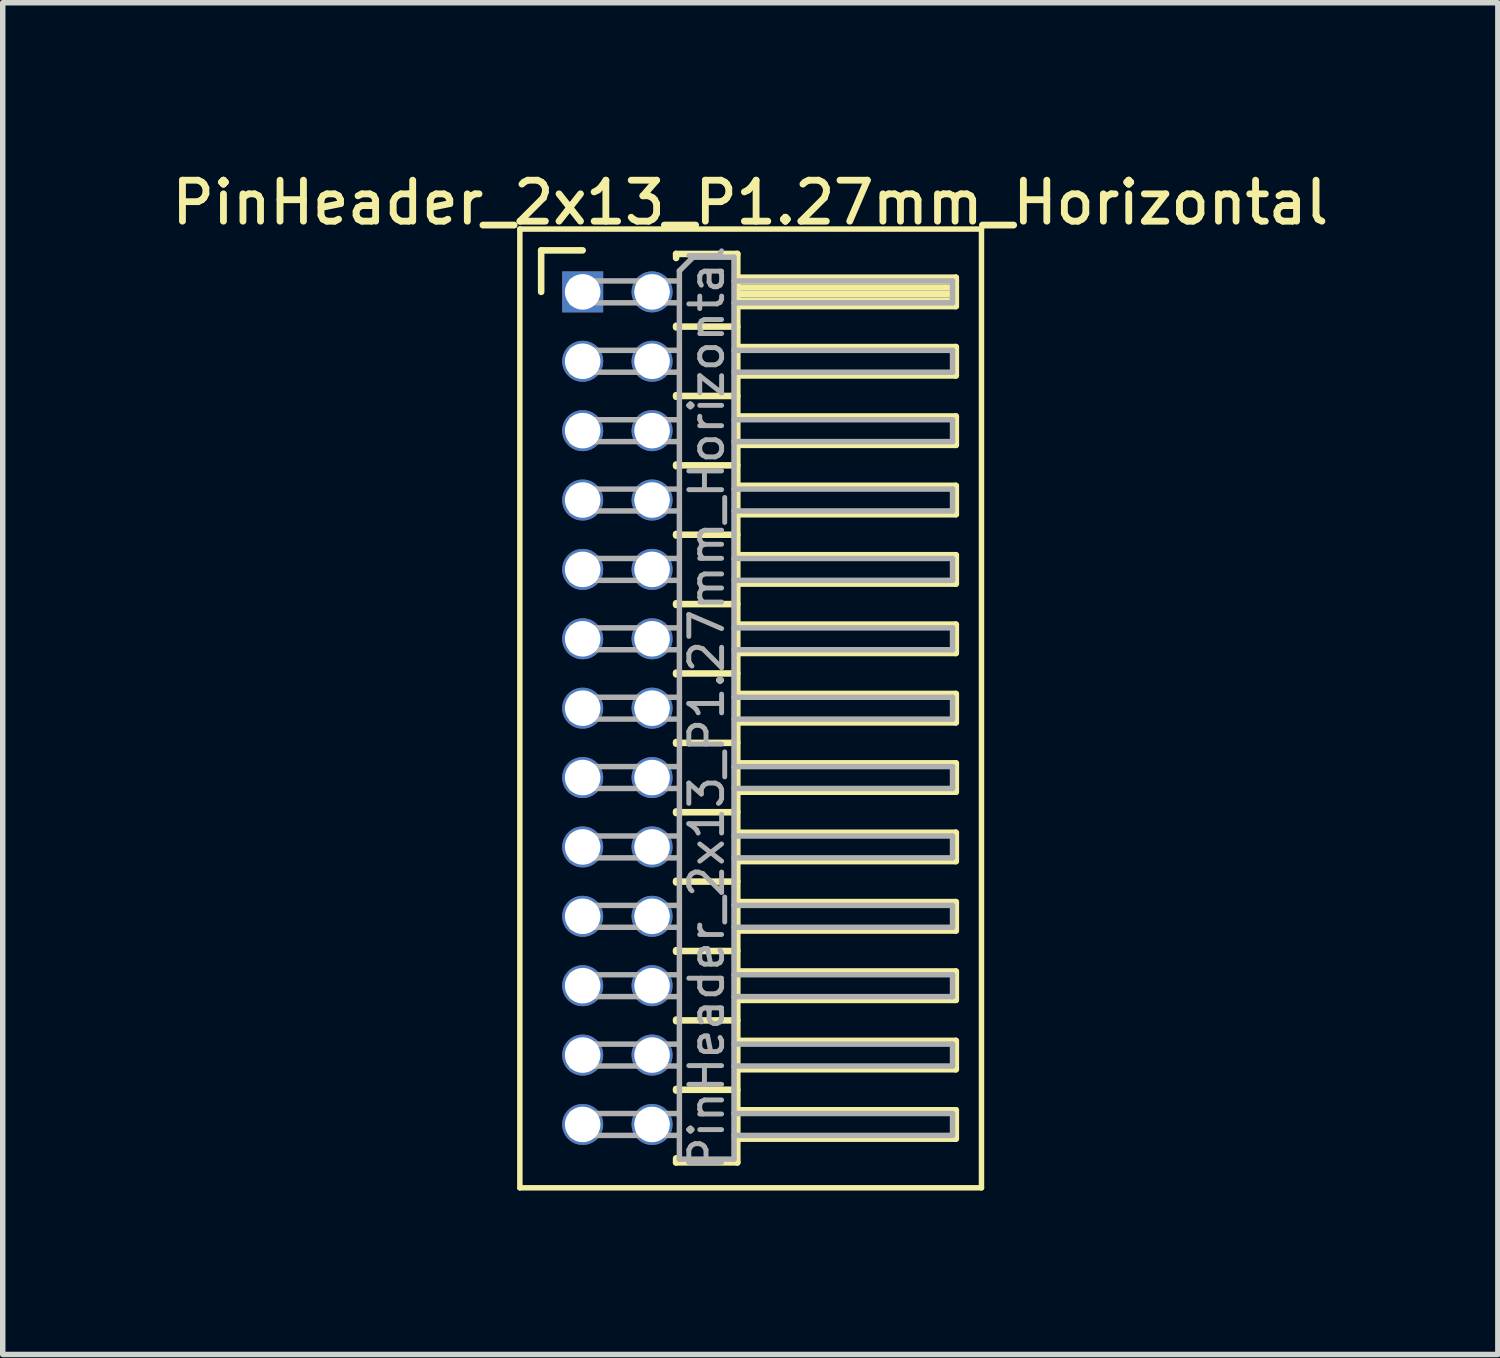
<source format=kicad_pcb>
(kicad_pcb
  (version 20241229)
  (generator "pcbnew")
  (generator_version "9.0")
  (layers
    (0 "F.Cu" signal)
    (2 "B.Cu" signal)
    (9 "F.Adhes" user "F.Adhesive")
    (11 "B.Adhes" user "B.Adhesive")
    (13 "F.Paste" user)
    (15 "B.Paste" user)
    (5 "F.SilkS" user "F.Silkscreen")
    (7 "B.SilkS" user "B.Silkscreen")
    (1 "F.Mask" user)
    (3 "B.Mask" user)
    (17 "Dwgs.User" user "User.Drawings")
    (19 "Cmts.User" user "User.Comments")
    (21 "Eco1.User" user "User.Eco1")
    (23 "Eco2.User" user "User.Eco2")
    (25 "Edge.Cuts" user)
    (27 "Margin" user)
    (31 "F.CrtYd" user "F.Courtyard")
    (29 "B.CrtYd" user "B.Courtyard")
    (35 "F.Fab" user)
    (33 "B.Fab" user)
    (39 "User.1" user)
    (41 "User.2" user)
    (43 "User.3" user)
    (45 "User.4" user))
  (footprint "PinHeader_2x13_P1.27mm_Horizontal"
    (layer "F.Cu")
    (at 7.616 2.293)
    (property "Reference" "PinHeader_2x13_P1.27mm_Horizontal" (at 3.067 -1.635 0) (layer "F.SilkS") (effects (font (size 0.75 0.75) (thickness 0.125))))
    (attr through_hole)
    (fp_line (start -1.15 -1.15) (end -1.15 16.4) (stroke (width 0.1) (type solid)) (layer "F.SilkS"))
    (fp_line (start -1.15 16.4) (end 7.3 16.4) (stroke (width 0.1) (type solid)) (layer "F.SilkS"))
    (fp_line (start -0.76 -0.76) (end 0 -0.76) (stroke (width 0.12) (type solid)) (layer "F.SilkS"))
    (fp_line (start -0.76 0) (end -0.76 -0.76) (stroke (width 0.12) (type solid)) (layer "F.SilkS"))
    (fp_line (start 1.71 -0.695) (end 2.83 -0.695) (stroke (width 0.12) (type solid)) (layer "F.SilkS"))
    (fp_line (start 1.71 -0.62) (end 1.71 -0.695) (stroke (width 0.12) (type solid)) (layer "F.SilkS"))
    (fp_line (start 1.71 0.62) (end 1.71 0.65) (stroke (width 0.12) (type solid)) (layer "F.SilkS"))
    (fp_line (start 1.71 0.635) (end 2.83 0.635) (stroke (width 0.12) (type solid)) (layer "F.SilkS"))
    (fp_line (start 1.71 1.89) (end 1.71 1.92) (stroke (width 0.12) (type solid)) (layer "F.SilkS"))
    (fp_line (start 1.71 1.905) (end 2.83 1.905) (stroke (width 0.12) (type solid)) (layer "F.SilkS"))
    (fp_line (start 1.71 3.16) (end 1.71 3.19) (stroke (width 0.12) (type solid)) (layer "F.SilkS"))
    (fp_line (start 1.71 3.175) (end 2.83 3.175) (stroke (width 0.12) (type solid)) (layer "F.SilkS"))
    (fp_line (start 1.71 4.43) (end 1.71 4.46) (stroke (width 0.12) (type solid)) (layer "F.SilkS"))
    (fp_line (start 1.71 4.445) (end 2.83 4.445) (stroke (width 0.12) (type solid)) (layer "F.SilkS"))
    (fp_line (start 1.71 5.7) (end 1.71 5.73) (stroke (width 0.12) (type solid)) (layer "F.SilkS"))
    (fp_line (start 1.71 5.715) (end 2.83 5.715) (stroke (width 0.12) (type solid)) (layer "F.SilkS"))
    (fp_line (start 1.71 6.97) (end 1.71 7) (stroke (width 0.12) (type solid)) (layer "F.SilkS"))
    (fp_line (start 1.71 6.985) (end 2.83 6.985) (stroke (width 0.12) (type solid)) (layer "F.SilkS"))
    (fp_line (start 1.71 8.24) (end 1.71 8.27) (stroke (width 0.12) (type solid)) (layer "F.SilkS"))
    (fp_line (start 1.71 8.255) (end 2.83 8.255) (stroke (width 0.12) (type solid)) (layer "F.SilkS"))
    (fp_line (start 1.71 9.51) (end 1.71 9.54) (stroke (width 0.12) (type solid)) (layer "F.SilkS"))
    (fp_line (start 1.71 9.525) (end 2.83 9.525) (stroke (width 0.12) (type solid)) (layer "F.SilkS"))
    (fp_line (start 1.71 10.78) (end 1.71 10.81) (stroke (width 0.12) (type solid)) (layer "F.SilkS"))
    (fp_line (start 1.71 10.795) (end 2.83 10.795) (stroke (width 0.12) (type solid)) (layer "F.SilkS"))
    (fp_line (start 1.71 12.05) (end 1.71 12.08) (stroke (width 0.12) (type solid)) (layer "F.SilkS"))
    (fp_line (start 1.71 12.065) (end 2.83 12.065) (stroke (width 0.12) (type solid)) (layer "F.SilkS"))
    (fp_line (start 1.71 13.32) (end 1.71 13.35) (stroke (width 0.12) (type solid)) (layer "F.SilkS"))
    (fp_line (start 1.71 13.335) (end 2.83 13.335) (stroke (width 0.12) (type solid)) (layer "F.SilkS"))
    (fp_line (start 1.71 14.59) (end 1.71 14.62) (stroke (width 0.12) (type solid)) (layer "F.SilkS"))
    (fp_line (start 1.71 14.605) (end 2.83 14.605) (stroke (width 0.12) (type solid)) (layer "F.SilkS"))
    (fp_line (start 1.71 15.935) (end 1.71 15.86) (stroke (width 0.12) (type solid)) (layer "F.SilkS"))
    (fp_line (start 2.83 -0.695) (end 2.83 15.935) (stroke (width 0.12) (type solid)) (layer "F.SilkS"))
    (fp_line (start 2.83 -0.26) (end 6.83 -0.26) (stroke (width 0.12) (type solid)) (layer "F.SilkS"))
    (fp_line (start 2.83 -0.2) (end 6.83 -0.2) (stroke (width 0.12) (type solid)) (layer "F.SilkS"))
    (fp_line (start 2.83 -0.08) (end 6.83 -0.08) (stroke (width 0.12) (type solid)) (layer "F.SilkS"))
    (fp_line (start 2.83 0.04) (end 6.83 0.04) (stroke (width 0.12) (type solid)) (layer "F.SilkS"))
    (fp_line (start 2.83 0.16) (end 6.83 0.16) (stroke (width 0.12) (type solid)) (layer "F.SilkS"))
    (fp_line (start 2.83 1.01) (end 6.83 1.01) (stroke (width 0.12) (type solid)) (layer "F.SilkS"))
    (fp_line (start 2.83 2.28) (end 6.83 2.28) (stroke (width 0.12) (type solid)) (layer "F.SilkS"))
    (fp_line (start 2.83 3.55) (end 6.83 3.55) (stroke (width 0.12) (type solid)) (layer "F.SilkS"))
    (fp_line (start 2.83 4.82) (end 6.83 4.82) (stroke (width 0.12) (type solid)) (layer "F.SilkS"))
    (fp_line (start 2.83 6.09) (end 6.83 6.09) (stroke (width 0.12) (type solid)) (layer "F.SilkS"))
    (fp_line (start 2.83 7.36) (end 6.83 7.36) (stroke (width 0.12) (type solid)) (layer "F.SilkS"))
    (fp_line (start 2.83 8.63) (end 6.83 8.63) (stroke (width 0.12) (type solid)) (layer "F.SilkS"))
    (fp_line (start 2.83 9.9) (end 6.83 9.9) (stroke (width 0.12) (type solid)) (layer "F.SilkS"))
    (fp_line (start 2.83 11.17) (end 6.83 11.17) (stroke (width 0.12) (type solid)) (layer "F.SilkS"))
    (fp_line (start 2.83 12.44) (end 6.83 12.44) (stroke (width 0.12) (type solid)) (layer "F.SilkS"))
    (fp_line (start 2.83 13.71) (end 6.83 13.71) (stroke (width 0.12) (type solid)) (layer "F.SilkS"))
    (fp_line (start 2.83 14.98) (end 6.83 14.98) (stroke (width 0.12) (type solid)) (layer "F.SilkS"))
    (fp_line (start 2.83 15.935) (end 1.71 15.935) (stroke (width 0.12) (type solid)) (layer "F.SilkS"))
    (fp_line (start 6.83 -0.26) (end 6.83 0.26) (stroke (width 0.12) (type solid)) (layer "F.SilkS"))
    (fp_line (start 6.83 0.26) (end 2.83 0.26) (stroke (width 0.12) (type solid)) (layer "F.SilkS"))
    (fp_line (start 6.83 1.01) (end 6.83 1.53) (stroke (width 0.12) (type solid)) (layer "F.SilkS"))
    (fp_line (start 6.83 1.53) (end 2.83 1.53) (stroke (width 0.12) (type solid)) (layer "F.SilkS"))
    (fp_line (start 6.83 2.28) (end 6.83 2.8) (stroke (width 0.12) (type solid)) (layer "F.SilkS"))
    (fp_line (start 6.83 2.8) (end 2.83 2.8) (stroke (width 0.12) (type solid)) (layer "F.SilkS"))
    (fp_line (start 6.83 3.55) (end 6.83 4.07) (stroke (width 0.12) (type solid)) (layer "F.SilkS"))
    (fp_line (start 6.83 4.07) (end 2.83 4.07) (stroke (width 0.12) (type solid)) (layer "F.SilkS"))
    (fp_line (start 6.83 4.82) (end 6.83 5.34) (stroke (width 0.12) (type solid)) (layer "F.SilkS"))
    (fp_line (start 6.83 5.34) (end 2.83 5.34) (stroke (width 0.12) (type solid)) (layer "F.SilkS"))
    (fp_line (start 6.83 6.09) (end 6.83 6.61) (stroke (width 0.12) (type solid)) (layer "F.SilkS"))
    (fp_line (start 6.83 6.61) (end 2.83 6.61) (stroke (width 0.12) (type solid)) (layer "F.SilkS"))
    (fp_line (start 6.83 7.36) (end 6.83 7.88) (stroke (width 0.12) (type solid)) (layer "F.SilkS"))
    (fp_line (start 6.83 7.88) (end 2.83 7.88) (stroke (width 0.12) (type solid)) (layer "F.SilkS"))
    (fp_line (start 6.83 8.63) (end 6.83 9.15) (stroke (width 0.12) (type solid)) (layer "F.SilkS"))
    (fp_line (start 6.83 9.15) (end 2.83 9.15) (stroke (width 0.12) (type solid)) (layer "F.SilkS"))
    (fp_line (start 6.83 9.9) (end 6.83 10.42) (stroke (width 0.12) (type solid)) (layer "F.SilkS"))
    (fp_line (start 6.83 10.42) (end 2.83 10.42) (stroke (width 0.12) (type solid)) (layer "F.SilkS"))
    (fp_line (start 6.83 11.17) (end 6.83 11.69) (stroke (width 0.12) (type solid)) (layer "F.SilkS"))
    (fp_line (start 6.83 11.69) (end 2.83 11.69) (stroke (width 0.12) (type solid)) (layer "F.SilkS"))
    (fp_line (start 6.83 12.44) (end 6.83 12.96) (stroke (width 0.12) (type solid)) (layer "F.SilkS"))
    (fp_line (start 6.83 12.96) (end 2.83 12.96) (stroke (width 0.12) (type solid)) (layer "F.SilkS"))
    (fp_line (start 6.83 13.71) (end 6.83 14.23) (stroke (width 0.12) (type solid)) (layer "F.SilkS"))
    (fp_line (start 6.83 14.23) (end 2.83 14.23) (stroke (width 0.12) (type solid)) (layer "F.SilkS"))
    (fp_line (start 6.83 14.98) (end 6.83 15.5) (stroke (width 0.12) (type solid)) (layer "F.SilkS"))
    (fp_line (start 6.83 15.5) (end 2.83 15.5) (stroke (width 0.12) (type solid)) (layer "F.SilkS"))
    (fp_line (start 7.3 -1.15) (end -1.15 -1.15) (stroke (width 0.1) (type solid)) (layer "F.SilkS"))
    (fp_line (start 7.3 16.4) (end 7.3 -1.15) (stroke (width 0.1) (type solid)) (layer "F.SilkS"))
    (fp_line (start -0.2 -0.2) (end -0.2 0.2) (stroke (width 0.1) (type solid)) (layer "F.Fab"))
    (fp_line (start -0.2 -0.2) (end 1.77 -0.2) (stroke (width 0.1) (type solid)) (layer "F.Fab"))
    (fp_line (start -0.2 0.2) (end 1.77 0.2) (stroke (width 0.1) (type solid)) (layer "F.Fab"))
    (fp_line (start -0.2 1.07) (end -0.2 1.47) (stroke (width 0.1) (type solid)) (layer "F.Fab"))
    (fp_line (start -0.2 1.07) (end 1.77 1.07) (stroke (width 0.1) (type solid)) (layer "F.Fab"))
    (fp_line (start -0.2 1.47) (end 1.77 1.47) (stroke (width 0.1) (type solid)) (layer "F.Fab"))
    (fp_line (start -0.2 2.34) (end -0.2 2.74) (stroke (width 0.1) (type solid)) (layer "F.Fab"))
    (fp_line (start -0.2 2.34) (end 1.77 2.34) (stroke (width 0.1) (type solid)) (layer "F.Fab"))
    (fp_line (start -0.2 2.74) (end 1.77 2.74) (stroke (width 0.1) (type solid)) (layer "F.Fab"))
    (fp_line (start -0.2 3.61) (end -0.2 4.01) (stroke (width 0.1) (type solid)) (layer "F.Fab"))
    (fp_line (start -0.2 3.61) (end 1.77 3.61) (stroke (width 0.1) (type solid)) (layer "F.Fab"))
    (fp_line (start -0.2 4.01) (end 1.77 4.01) (stroke (width 0.1) (type solid)) (layer "F.Fab"))
    (fp_line (start -0.2 4.88) (end -0.2 5.28) (stroke (width 0.1) (type solid)) (layer "F.Fab"))
    (fp_line (start -0.2 4.88) (end 1.77 4.88) (stroke (width 0.1) (type solid)) (layer "F.Fab"))
    (fp_line (start -0.2 5.28) (end 1.77 5.28) (stroke (width 0.1) (type solid)) (layer "F.Fab"))
    (fp_line (start -0.2 6.15) (end -0.2 6.55) (stroke (width 0.1) (type solid)) (layer "F.Fab"))
    (fp_line (start -0.2 6.15) (end 1.77 6.15) (stroke (width 0.1) (type solid)) (layer "F.Fab"))
    (fp_line (start -0.2 6.55) (end 1.77 6.55) (stroke (width 0.1) (type solid)) (layer "F.Fab"))
    (fp_line (start -0.2 7.42) (end -0.2 7.82) (stroke (width 0.1) (type solid)) (layer "F.Fab"))
    (fp_line (start -0.2 7.42) (end 1.77 7.42) (stroke (width 0.1) (type solid)) (layer "F.Fab"))
    (fp_line (start -0.2 7.82) (end 1.77 7.82) (stroke (width 0.1) (type solid)) (layer "F.Fab"))
    (fp_line (start -0.2 8.69) (end -0.2 9.09) (stroke (width 0.1) (type solid)) (layer "F.Fab"))
    (fp_line (start -0.2 8.69) (end 1.77 8.69) (stroke (width 0.1) (type solid)) (layer "F.Fab"))
    (fp_line (start -0.2 9.09) (end 1.77 9.09) (stroke (width 0.1) (type solid)) (layer "F.Fab"))
    (fp_line (start -0.2 9.96) (end -0.2 10.36) (stroke (width 0.1) (type solid)) (layer "F.Fab"))
    (fp_line (start -0.2 9.96) (end 1.77 9.96) (stroke (width 0.1) (type solid)) (layer "F.Fab"))
    (fp_line (start -0.2 10.36) (end 1.77 10.36) (stroke (width 0.1) (type solid)) (layer "F.Fab"))
    (fp_line (start -0.2 11.23) (end -0.2 11.63) (stroke (width 0.1) (type solid)) (layer "F.Fab"))
    (fp_line (start -0.2 11.23) (end 1.77 11.23) (stroke (width 0.1) (type solid)) (layer "F.Fab"))
    (fp_line (start -0.2 11.63) (end 1.77 11.63) (stroke (width 0.1) (type solid)) (layer "F.Fab"))
    (fp_line (start -0.2 12.5) (end -0.2 12.9) (stroke (width 0.1) (type solid)) (layer "F.Fab"))
    (fp_line (start -0.2 12.5) (end 1.77 12.5) (stroke (width 0.1) (type solid)) (layer "F.Fab"))
    (fp_line (start -0.2 12.9) (end 1.77 12.9) (stroke (width 0.1) (type solid)) (layer "F.Fab"))
    (fp_line (start -0.2 13.77) (end -0.2 14.17) (stroke (width 0.1) (type solid)) (layer "F.Fab"))
    (fp_line (start -0.2 13.77) (end 1.77 13.77) (stroke (width 0.1) (type solid)) (layer "F.Fab"))
    (fp_line (start -0.2 14.17) (end 1.77 14.17) (stroke (width 0.1) (type solid)) (layer "F.Fab"))
    (fp_line (start -0.2 15.04) (end -0.2 15.44) (stroke (width 0.1) (type solid)) (layer "F.Fab"))
    (fp_line (start -0.2 15.04) (end 1.77 15.04) (stroke (width 0.1) (type solid)) (layer "F.Fab"))
    (fp_line (start -0.2 15.44) (end 1.77 15.44) (stroke (width 0.1) (type solid)) (layer "F.Fab"))
    (fp_line (start 1.77 -0.385) (end 2.02 -0.635) (stroke (width 0.1) (type solid)) (layer "F.Fab"))
    (fp_line (start 1.77 15.875) (end 1.77 -0.385) (stroke (width 0.1) (type solid)) (layer "F.Fab"))
    (fp_line (start 2.02 -0.635) (end 2.77 -0.635) (stroke (width 0.1) (type solid)) (layer "F.Fab"))
    (fp_line (start 2.77 -0.635) (end 2.77 15.875) (stroke (width 0.1) (type solid)) (layer "F.Fab"))
    (fp_line (start 2.77 -0.2) (end 6.77 -0.2) (stroke (width 0.1) (type solid)) (layer "F.Fab"))
    (fp_line (start 2.77 0.2) (end 6.77 0.2) (stroke (width 0.1) (type solid)) (layer "F.Fab"))
    (fp_line (start 2.77 1.07) (end 6.77 1.07) (stroke (width 0.1) (type solid)) (layer "F.Fab"))
    (fp_line (start 2.77 1.47) (end 6.77 1.47) (stroke (width 0.1) (type solid)) (layer "F.Fab"))
    (fp_line (start 2.77 2.34) (end 6.77 2.34) (stroke (width 0.1) (type solid)) (layer "F.Fab"))
    (fp_line (start 2.77 2.74) (end 6.77 2.74) (stroke (width 0.1) (type solid)) (layer "F.Fab"))
    (fp_line (start 2.77 3.61) (end 6.77 3.61) (stroke (width 0.1) (type solid)) (layer "F.Fab"))
    (fp_line (start 2.77 4.01) (end 6.77 4.01) (stroke (width 0.1) (type solid)) (layer "F.Fab"))
    (fp_line (start 2.77 4.88) (end 6.77 4.88) (stroke (width 0.1) (type solid)) (layer "F.Fab"))
    (fp_line (start 2.77 5.28) (end 6.77 5.28) (stroke (width 0.1) (type solid)) (layer "F.Fab"))
    (fp_line (start 2.77 6.15) (end 6.77 6.15) (stroke (width 0.1) (type solid)) (layer "F.Fab"))
    (fp_line (start 2.77 6.55) (end 6.77 6.55) (stroke (width 0.1) (type solid)) (layer "F.Fab"))
    (fp_line (start 2.77 7.42) (end 6.77 7.42) (stroke (width 0.1) (type solid)) (layer "F.Fab"))
    (fp_line (start 2.77 7.82) (end 6.77 7.82) (stroke (width 0.1) (type solid)) (layer "F.Fab"))
    (fp_line (start 2.77 8.69) (end 6.77 8.69) (stroke (width 0.1) (type solid)) (layer "F.Fab"))
    (fp_line (start 2.77 9.09) (end 6.77 9.09) (stroke (width 0.1) (type solid)) (layer "F.Fab"))
    (fp_line (start 2.77 9.96) (end 6.77 9.96) (stroke (width 0.1) (type solid)) (layer "F.Fab"))
    (fp_line (start 2.77 10.36) (end 6.77 10.36) (stroke (width 0.1) (type solid)) (layer "F.Fab"))
    (fp_line (start 2.77 11.23) (end 6.77 11.23) (stroke (width 0.1) (type solid)) (layer "F.Fab"))
    (fp_line (start 2.77 11.63) (end 6.77 11.63) (stroke (width 0.1) (type solid)) (layer "F.Fab"))
    (fp_line (start 2.77 12.5) (end 6.77 12.5) (stroke (width 0.1) (type solid)) (layer "F.Fab"))
    (fp_line (start 2.77 12.9) (end 6.77 12.9) (stroke (width 0.1) (type solid)) (layer "F.Fab"))
    (fp_line (start 2.77 13.77) (end 6.77 13.77) (stroke (width 0.1) (type solid)) (layer "F.Fab"))
    (fp_line (start 2.77 14.17) (end 6.77 14.17) (stroke (width 0.1) (type solid)) (layer "F.Fab"))
    (fp_line (start 2.77 15.04) (end 6.77 15.04) (stroke (width 0.1) (type solid)) (layer "F.Fab"))
    (fp_line (start 2.77 15.44) (end 6.77 15.44) (stroke (width 0.1) (type solid)) (layer "F.Fab"))
    (fp_line (start 2.77 15.875) (end 1.77 15.875) (stroke (width 0.1) (type solid)) (layer "F.Fab"))
    (fp_line (start 6.77 -0.2) (end 6.77 0.2) (stroke (width 0.1) (type solid)) (layer "F.Fab"))
    (fp_line (start 6.77 1.07) (end 6.77 1.47) (stroke (width 0.1) (type solid)) (layer "F.Fab"))
    (fp_line (start 6.77 2.34) (end 6.77 2.74) (stroke (width 0.1) (type solid)) (layer "F.Fab"))
    (fp_line (start 6.77 3.61) (end 6.77 4.01) (stroke (width 0.1) (type solid)) (layer "F.Fab"))
    (fp_line (start 6.77 4.88) (end 6.77 5.28) (stroke (width 0.1) (type solid)) (layer "F.Fab"))
    (fp_line (start 6.77 6.15) (end 6.77 6.55) (stroke (width 0.1) (type solid)) (layer "F.Fab"))
    (fp_line (start 6.77 7.42) (end 6.77 7.82) (stroke (width 0.1) (type solid)) (layer "F.Fab"))
    (fp_line (start 6.77 8.69) (end 6.77 9.09) (stroke (width 0.1) (type solid)) (layer "F.Fab"))
    (fp_line (start 6.77 9.96) (end 6.77 10.36) (stroke (width 0.1) (type solid)) (layer "F.Fab"))
    (fp_line (start 6.77 11.23) (end 6.77 11.63) (stroke (width 0.1) (type solid)) (layer "F.Fab"))
    (fp_line (start 6.77 12.5) (end 6.77 12.9) (stroke (width 0.1) (type solid)) (layer "F.Fab"))
    (fp_line (start 6.77 13.77) (end 6.77 14.17) (stroke (width 0.1) (type solid)) (layer "F.Fab"))
    (fp_line (start 6.77 15.04) (end 6.77 15.44) (stroke (width 0.1) (type solid)) (layer "F.Fab"))
    (fp_text user "${REFERENCE}" (at 2.27 7.62 90) (layer "F.Fab") (effects (font (size 0.6 0.6) (thickness 0.09))))
    (pad "1" thru_hole rect (at 0 0) (size 0.75 0.75) (drill 0.65) (layers "*.Cu" "*.Mask"))
    (pad "2" thru_hole oval (at 1.27 0) (size 0.75 0.75) (drill 0.65) (layers "*.Cu" "*.Mask"))
    (pad "3" thru_hole oval (at 0 1.27) (size 0.75 0.75) (drill 0.65) (layers "*.Cu" "*.Mask"))
    (pad "4" thru_hole oval (at 1.27 1.27) (size 0.75 0.75) (drill 0.65) (layers "*.Cu" "*.Mask"))
    (pad "5" thru_hole oval (at 0 2.54) (size 0.75 0.75) (drill 0.65) (layers "*.Cu" "*.Mask"))
    (pad "6" thru_hole oval (at 1.27 2.54) (size 0.75 0.75) (drill 0.65) (layers "*.Cu" "*.Mask"))
    (pad "7" thru_hole oval (at 0 3.81) (size 0.75 0.75) (drill 0.65) (layers "*.Cu" "*.Mask"))
    (pad "8" thru_hole oval (at 1.27 3.81) (size 0.75 0.75) (drill 0.65) (layers "*.Cu" "*.Mask"))
    (pad "9" thru_hole oval (at 0 5.08) (size 0.75 0.75) (drill 0.65) (layers "*.Cu" "*.Mask"))
    (pad "10" thru_hole oval (at 1.27 5.08) (size 0.75 0.75) (drill 0.65) (layers "*.Cu" "*.Mask"))
    (pad "11" thru_hole oval (at 0 6.35) (size 0.75 0.75) (drill 0.65) (layers "*.Cu" "*.Mask"))
    (pad "12" thru_hole oval (at 1.27 6.35) (size 0.75 0.75) (drill 0.65) (layers "*.Cu" "*.Mask"))
    (pad "13" thru_hole oval (at 0 7.62) (size 0.75 0.75) (drill 0.65) (layers "*.Cu" "*.Mask"))
    (pad "14" thru_hole oval (at 1.27 7.62) (size 0.75 0.75) (drill 0.65) (layers "*.Cu" "*.Mask"))
    (pad "15" thru_hole oval (at 0 8.89) (size 0.75 0.75) (drill 0.65) (layers "*.Cu" "*.Mask"))
    (pad "16" thru_hole oval (at 1.27 8.89) (size 0.75 0.75) (drill 0.65) (layers "*.Cu" "*.Mask"))
    (pad "17" thru_hole oval (at 0 10.16) (size 0.75 0.75) (drill 0.65) (layers "*.Cu" "*.Mask"))
    (pad "18" thru_hole oval (at 1.27 10.16) (size 0.75 0.75) (drill 0.65) (layers "*.Cu" "*.Mask"))
    (pad "19" thru_hole oval (at 0 11.43) (size 0.75 0.75) (drill 0.65) (layers "*.Cu" "*.Mask"))
    (pad "20" thru_hole oval (at 1.27 11.43) (size 0.75 0.75) (drill 0.65) (layers "*.Cu" "*.Mask"))
    (pad "21" thru_hole oval (at 0 12.7) (size 0.75 0.75) (drill 0.65) (layers "*.Cu" "*.Mask"))
    (pad "22" thru_hole oval (at 1.27 12.7) (size 0.75 0.75) (drill 0.65) (layers "*.Cu" "*.Mask"))
    (pad "23" thru_hole oval (at 0 13.97) (size 0.75 0.75) (drill 0.65) (layers "*.Cu" "*.Mask"))
    (pad "24" thru_hole oval (at 1.27 13.97) (size 0.75 0.75) (drill 0.65) (layers "*.Cu" "*.Mask"))
    (pad "25" thru_hole oval (at 0 15.24) (size 0.75 0.75) (drill 0.65) (layers "*.Cu" "*.Mask"))
    (pad "26" thru_hole oval (at 1.27 15.24) (size 0.75 0.75) (drill 0.65) (layers "*.Cu" "*.Mask")))
  (gr_rect
    (start -3 -3)
    (end 24.368 21.743)
    (stroke (width 0.1) (type default))
    (fill no)
    (layer "Edge.Cuts")))
</source>
